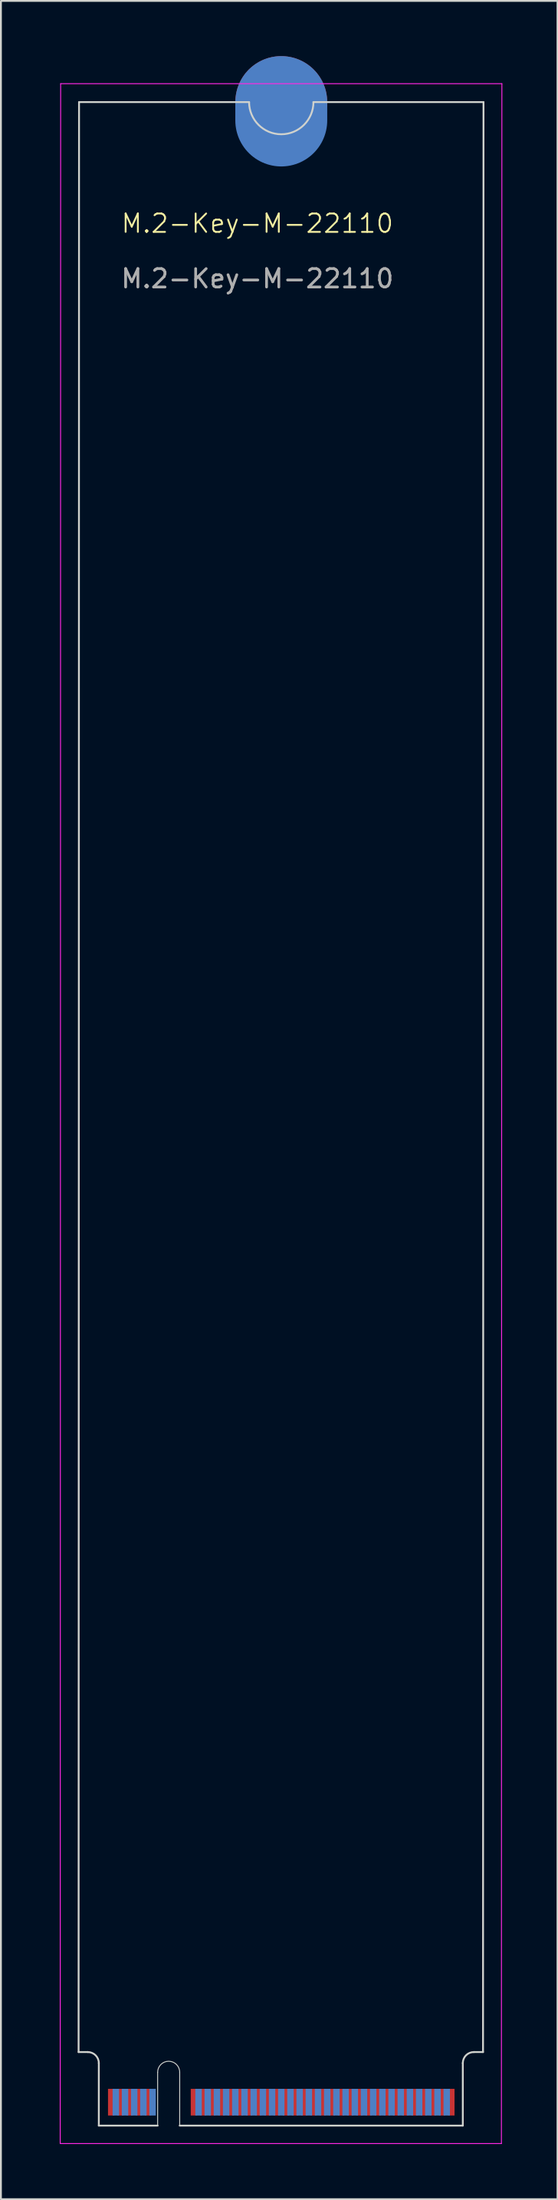
<source format=kicad_pcb>
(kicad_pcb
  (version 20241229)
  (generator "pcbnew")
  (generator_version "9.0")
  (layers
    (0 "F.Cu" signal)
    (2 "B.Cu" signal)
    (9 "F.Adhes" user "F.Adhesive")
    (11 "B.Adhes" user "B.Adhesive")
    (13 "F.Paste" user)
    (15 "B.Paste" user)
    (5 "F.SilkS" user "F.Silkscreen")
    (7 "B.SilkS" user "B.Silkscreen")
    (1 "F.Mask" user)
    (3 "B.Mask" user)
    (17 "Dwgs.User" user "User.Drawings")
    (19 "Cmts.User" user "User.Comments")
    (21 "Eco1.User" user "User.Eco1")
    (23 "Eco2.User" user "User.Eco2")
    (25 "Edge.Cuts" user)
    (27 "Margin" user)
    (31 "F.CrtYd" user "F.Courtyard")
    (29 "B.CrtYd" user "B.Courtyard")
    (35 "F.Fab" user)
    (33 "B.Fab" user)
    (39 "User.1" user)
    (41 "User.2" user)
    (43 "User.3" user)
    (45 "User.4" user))
  (footprint "M.2-Key-M-22110"
    (layer "F.Cu")
    (at 0.25 1.5)
    (property "Reference" "M.2-Key-M-22110" (at 10.7 7.6 0) (unlocked yes) (layer "F.SilkS") (effects (font (size 1 1) (thickness 0.1))))
    (attr exclude_from_pos_files exclude_from_bom allow_missing_courtyard)
    (fp_line (start 0.975 107.025) (end 1.475 107.025) (stroke (width 0.1) (type default)) (layer "Edge.Cuts"))
    (fp_line (start 1 1) (end 0.975 107.025) (stroke (width 0.1) (type default)) (layer "Edge.Cuts"))
    (fp_line (start 1 1) (end 10.25 1) (stroke (width 0.1) (type default)) (layer "Edge.Cuts"))
    (fp_line (start 2.075 107.625) (end 2.075 111.025) (stroke (width 0.1) (type default)) (layer "Edge.Cuts"))
    (fp_line (start 2.075 111.025) (end 5.275 111.025) (stroke (width 0.1) (type default)) (layer "Edge.Cuts"))
    (fp_line (start 5.275 111.025) (end 5.275 108.125) (stroke (width 0.05) (type default)) (layer "Edge.Cuts"))
    (fp_line (start 6.475 108.125) (end 6.475 111.025) (stroke (width 0.05) (type default)) (layer "Edge.Cuts"))
    (fp_line (start 6.475 111.025) (end 21.875 111.025) (stroke (width 0.1) (type default)) (layer "Edge.Cuts"))
    (fp_line (start 21.875 107.625) (end 21.875 111.025) (stroke (width 0.1) (type default)) (layer "Edge.Cuts"))
    (fp_line (start 22.975 107.025) (end 22.475 107.025) (stroke (width 0.1) (type default)) (layer "Edge.Cuts"))
    (fp_line (start 23 1) (end 13.75 1) (stroke (width 0.1) (type default)) (layer "Edge.Cuts"))
    (fp_line (start 23 1) (end 22.975 107.025) (stroke (width 0.1) (type default)) (layer "Edge.Cuts"))
    (fp_arc (start 1.475 107.025) (mid 1.899264 107.200736) (end 2.075 107.625) (stroke (width 0.1) (type default)) (layer "Edge.Cuts"))
    (fp_arc (start 5.275 108.125) (mid 5.875 107.525) (end 6.475 108.125) (stroke (width 0.05) (type default)) (layer "Edge.Cuts"))
    (fp_arc (start 13.75 1) (mid 12 2.75) (end 10.25 1) (stroke (width 0.1) (type default)) (layer "Edge.Cuts"))
    (fp_arc (start 21.875 107.625) (mid 22.050736 107.200736) (end 22.475 107.025) (stroke (width 0.1) (type default)) (layer "Edge.Cuts"))
    (fp_line (start -0.025 112) (end 0 0) (stroke (width 0.05) (type default)) (layer "F.CrtYd"))
    (fp_line (start -0.025 112) (end 23.975 112) (stroke (width 0.05) (type default)) (layer "F.CrtYd"))
    (fp_line (start 23.975 112) (end 24 0) (stroke (width 0.05) (type default)) (layer "F.CrtYd"))
    (fp_line (start 24 0) (end 0 0) (stroke (width 0.05) (type default)) (layer "F.CrtYd"))
    (fp_text user "${REFERENCE}" (at 10.7 10.6 0) (unlocked yes) (layer "F.Fab") (effects (font (size 1 1) (thickness 0.15))))
    (pad "1" connect rect (at 21.25 109.75) (size 0.35 1.45) (layers "F.Cu" "F.Mask"))
    (pad "2" connect rect (at 21 109.75) (size 0.35 1.45) (layers "B.Cu" "B.Mask"))
    (pad "3" connect rect (at 20.75 109.75) (size 0.35 1.45) (layers "F.Cu" "F.Mask"))
    (pad "4" connect rect (at 20.5 109.75) (size 0.35 1.45) (layers "B.Cu" "B.Mask"))
    (pad "5" connect rect (at 20.25 109.75) (size 0.35 1.45) (layers "F.Cu" "F.Mask"))
    (pad "6" connect rect (at 20 109.75) (size 0.35 1.45) (layers "B.Cu" "B.Mask"))
    (pad "7" connect rect (at 19.75 109.75) (size 0.35 1.45) (layers "F.Cu" "F.Mask"))
    (pad "8" connect rect (at 19.5 109.75) (size 0.35 1.45) (layers "B.Cu" "B.Mask"))
    (pad "9" connect rect (at 19.25 109.75) (size 0.35 1.45) (layers "F.Cu" "F.Mask"))
    (pad "10" connect rect (at 19 109.75) (size 0.35 1.45) (layers "B.Cu" "B.Mask"))
    (pad "11" connect rect (at 18.75 109.75) (size 0.35 1.45) (layers "F.Cu" "F.Mask"))
    (pad "12" connect rect (at 18.5 109.75) (size 0.35 1.45) (layers "B.Cu" "B.Mask"))
    (pad "13" connect rect (at 18.25 109.75) (size 0.35 1.45) (layers "F.Cu" "F.Mask"))
    (pad "14" connect rect (at 18 109.75) (size 0.35 1.45) (layers "B.Cu" "B.Mask"))
    (pad "15" connect rect (at 17.75 109.75) (size 0.35 1.45) (layers "F.Cu" "F.Mask"))
    (pad "16" connect rect (at 17.5 109.75) (size 0.35 1.45) (layers "B.Cu" "B.Mask"))
    (pad "17" connect rect (at 17.25 109.75) (size 0.35 1.45) (layers "F.Cu" "F.Mask"))
    (pad "18" connect rect (at 17 109.75) (size 0.35 1.45) (layers "B.Cu" "B.Mask"))
    (pad "19" connect rect (at 16.75 109.75) (size 0.35 1.45) (layers "F.Cu" "F.Mask"))
    (pad "20" connect rect (at 16.5 109.75) (size 0.35 1.45) (layers "B.Cu" "B.Mask"))
    (pad "21" connect rect (at 16.25 109.75) (size 0.35 1.45) (layers "F.Cu" "F.Mask"))
    (pad "22" connect rect (at 16 109.75) (size 0.35 1.45) (layers "B.Cu" "B.Mask"))
    (pad "23" connect rect (at 15.75 109.75) (size 0.35 1.45) (layers "F.Cu" "F.Mask"))
    (pad "24" connect rect (at 15.5 109.75) (size 0.35 1.45) (layers "B.Cu" "B.Mask"))
    (pad "25" connect rect (at 15.25 109.75) (size 0.35 1.45) (layers "F.Cu" "F.Mask"))
    (pad "26" connect rect (at 15 109.75) (size 0.35 1.45) (layers "B.Cu" "B.Mask"))
    (pad "27" connect rect (at 14.75 109.75) (size 0.35 1.45) (layers "F.Cu" "F.Mask"))
    (pad "28" connect rect (at 14.5 109.75) (size 0.35 1.45) (layers "B.Cu" "B.Mask"))
    (pad "29" connect rect (at 14.25 109.75) (size 0.35 1.45) (layers "F.Cu" "F.Mask"))
    (pad "30" connect rect (at 14 109.75) (size 0.35 1.45) (layers "B.Cu" "B.Mask"))
    (pad "31" connect rect (at 13.75 109.75) (size 0.35 1.45) (layers "F.Cu" "F.Mask"))
    (pad "32" connect rect (at 13.5 109.75) (size 0.35 1.45) (layers "B.Cu" "B.Mask"))
    (pad "33" connect rect (at 13.25 109.75) (size 0.35 1.45) (layers "F.Cu" "F.Mask"))
    (pad "34" connect rect (at 13 109.75) (size 0.35 1.45) (layers "B.Cu" "B.Mask"))
    (pad "35" connect rect (at 12.75 109.75) (size 0.35 1.45) (layers "F.Cu" "F.Mask"))
    (pad "36" connect rect (at 12.5 109.75) (size 0.35 1.45) (layers "B.Cu" "B.Mask"))
    (pad "37" connect rect (at 12.25 109.75) (size 0.35 1.45) (layers "F.Cu" "F.Mask"))
    (pad "38" connect rect (at 12 109.75) (size 0.35 1.45) (layers "B.Cu" "B.Mask"))
    (pad "39" connect rect (at 11.75 109.75) (size 0.35 1.45) (layers "F.Cu" "F.Mask"))
    (pad "40" connect rect (at 11.5 109.75) (size 0.35 1.45) (layers "B.Cu" "B.Mask"))
    (pad "41" connect rect (at 11.25 109.75) (size 0.35 1.45) (layers "F.Cu" "F.Mask"))
    (pad "42" connect rect (at 11 109.75) (size 0.35 1.45) (layers "B.Cu" "B.Mask"))
    (pad "43" connect rect (at 10.75 109.75) (size 0.35 1.45) (layers "F.Cu" "F.Mask"))
    (pad "44" connect rect (at 10.5 109.75) (size 0.35 1.45) (layers "B.Cu" "B.Mask"))
    (pad "45" connect rect (at 10.25 109.75) (size 0.35 1.45) (layers "F.Cu" "F.Mask"))
    (pad "46" connect rect (at 10 109.75) (size 0.35 1.45) (layers "B.Cu" "B.Mask"))
    (pad "47" connect rect (at 9.75 109.75) (size 0.35 1.45) (layers "F.Cu" "F.Mask"))
    (pad "48" connect rect (at 9.5 109.75) (size 0.35 1.45) (layers "B.Cu" "B.Mask"))
    (pad "49" connect rect (at 9.25 109.75) (size 0.35 1.45) (layers "F.Cu" "F.Mask"))
    (pad "50" connect rect (at 9 109.75) (size 0.35 1.45) (layers "B.Cu" "B.Mask"))
    (pad "51" connect rect (at 8.75 109.75) (size 0.35 1.45) (layers "F.Cu" "F.Mask"))
    (pad "52" connect rect (at 8.5 109.75) (size 0.35 1.45) (layers "B.Cu" "B.Mask"))
    (pad "53" connect rect (at 8.25 109.75) (size 0.35 1.45) (layers "F.Cu" "F.Mask"))
    (pad "54" connect rect (at 8 109.75) (size 0.35 1.45) (layers "B.Cu" "B.Mask"))
    (pad "55" connect rect (at 7.75 109.75) (size 0.35 1.45) (layers "F.Cu" "F.Mask"))
    (pad "56" connect rect (at 7.5 109.75) (size 0.35 1.45) (layers "B.Cu" "B.Mask"))
    (pad "57" connect rect (at 7.25 109.75) (size 0.35 1.45) (layers "F.Cu" "F.Mask"))
    (pad "66" connect rect (at 5 109.75) (size 0.35 1.45) (layers "B.Cu" "B.Mask"))
    (pad "67" connect rect (at 4.75 109.75) (size 0.35 1.45) (layers "F.Cu" "F.Mask"))
    (pad "68" connect rect (at 4.5 109.75) (size 0.35 1.45) (layers "B.Cu" "B.Mask"))
    (pad "69" connect rect (at 4.25 109.75) (size 0.35 1.45) (layers "F.Cu" "F.Mask"))
    (pad "70" connect rect (at 4 109.75) (size 0.35 1.45) (layers "B.Cu" "B.Mask"))
    (pad "71" connect rect (at 3.75 109.75) (size 0.35 1.45) (layers "F.Cu" "F.Mask"))
    (pad "72" connect rect (at 3.5 109.75) (size 0.35 1.45) (layers "B.Cu" "B.Mask"))
    (pad "73" connect rect (at 3.25 109.75) (size 0.35 1.45) (layers "F.Cu" "F.Mask"))
    (pad "74" connect rect (at 3 109.75) (size 0.35 1.45) (layers "B.Cu" "B.Mask"))
    (pad "75" connect rect (at 2.75 109.75) (size 0.35 1.45) (layers "F.Cu" "F.Mask"))
    (pad "76" connect circle (at 12 1) (size 5 5) (layers "F.Cu" "F.Mask"))
    (pad "76" connect oval (at 12 1.5) (size 5 6) (layers "B.Cu" "B.Mask"))
    (zone (net_name "") (layer "F.Cu") (name "TOP COMPONENT KEEPOUT") (hatch edge 0.5) (connect_pads) (min_thickness 0.25) (filled_areas_thickness no) (keepout (tracks allowed) (vias allowed) (pads allowed) (copperpour allowed) (footprints not_allowed)) (placement (enabled no)) (fill) (polygon (pts (xy 2.325 112.525) (xy 2.325 108.525) (xy 22.125 108.525) (xy 22.125 112.525))))
    (zone (net_name "") (layer "B.Cu") (name "BOTTOM COMPONENT KEEPOUT") (hatch edge 0.5) (connect_pads) (min_thickness 0.25) (filled_areas_thickness no) (keepout (tracks allowed) (vias allowed) (pads allowed) (copperpour allowed) (footprints not_allowed)) (placement (enabled no)) (fill) (polygon (pts (xy 2.325 112.525) (xy 22.125 112.525) (xy 22.125 108.525) (xy 23.225 108.525) (xy 23.225 107.325) (xy 1.225 107.325) (xy 1.225 108.525) (xy 2.325 108.525)))))
  (gr_rect
    (start -3 -3)
    (end 27.275 116.525)
    (stroke (width 0.1) (type default))
    (fill no)
    (layer "Edge.Cuts")))
</source>
